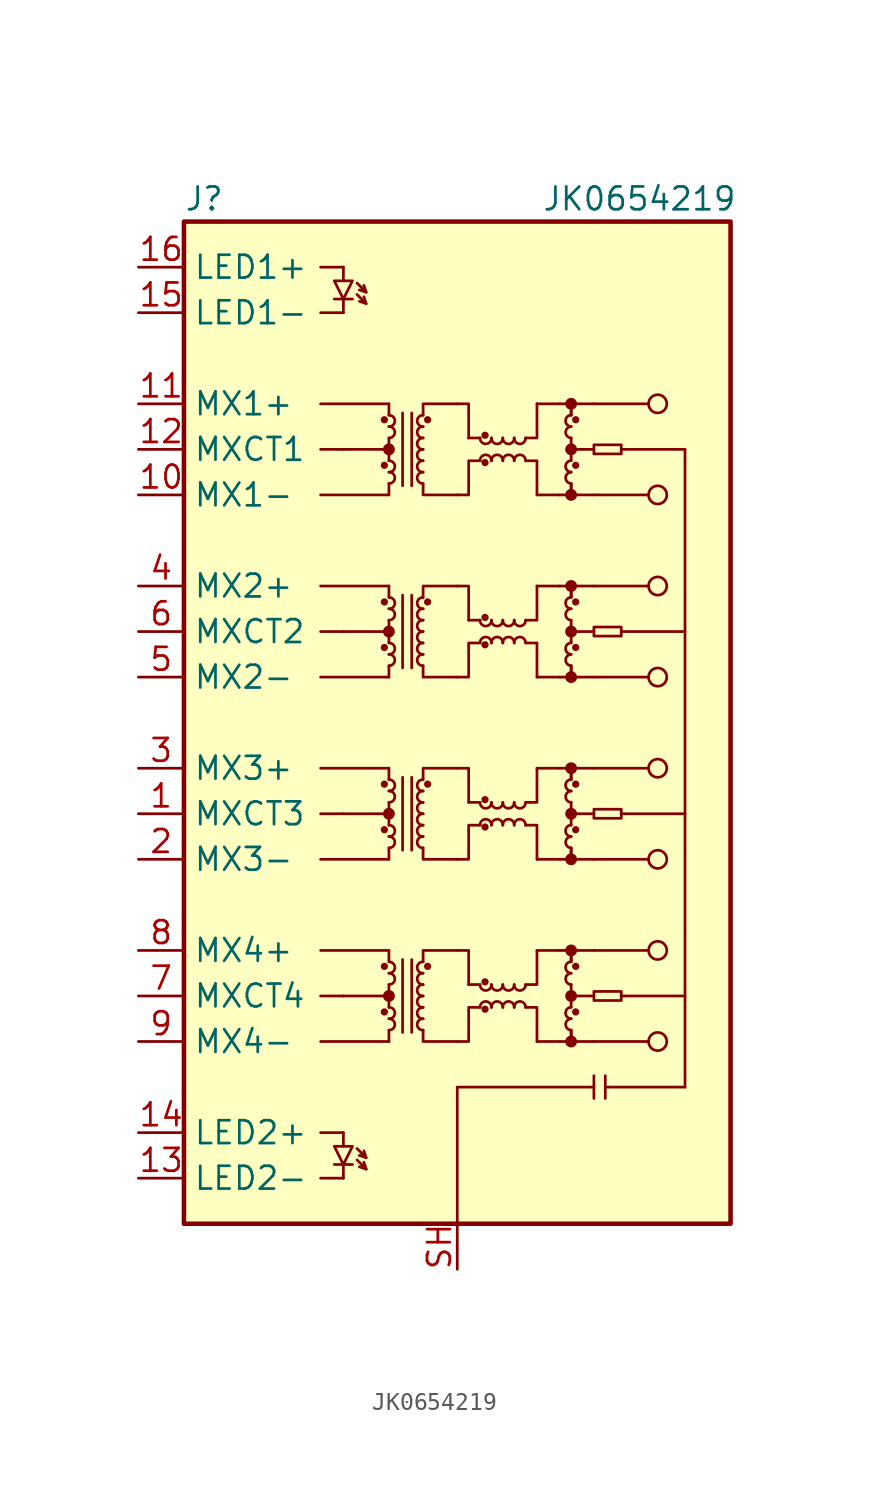
<source format=kicad_sym>
(kicad_symbol_lib
  (version 20201005)
  (generator kicad_symbol_editor)
  (symbol "Connector:JK0654219"
    (property "Reference" "J"
      (at -15.24 29.21 0)
      (effects (font (size 1.27 1.27)) (justify left)))
    (property "Value" "JK0654219"
      (at 10.16 29.21 0)
      (effects (font (size 1.27 1.27))))
    (symbol "JK0654219_0_1"
      (arc (start -3.81 -17.145) (end -3.81 -16.51) (radius (at -3.81 -16.8402) (length 0.3048) (angles -89.9 89.9)) (stroke (width 0)) (fill (type none)))
      (arc (start -3.81 -16.51) (end -3.81 -15.875) (radius (at -3.81 -16.2052) (length 0.3048) (angles -89.9 89.9)) (stroke (width 0)) (fill (type none)))
      (arc (start -3.81 -14.605) (end -3.81 -13.97) (radius (at -3.81 -14.3002) (length 0.3048) (angles -89.9 89.9)) (stroke (width 0)) (fill (type none)))
      (arc (start -3.81 -13.97) (end -3.81 -13.335) (radius (at -3.81 -13.6652) (length 0.3048) (angles -89.9 89.9)) (stroke (width 0)) (fill (type none)))
      (arc (start -3.81 -6.985) (end -3.81 -6.35) (radius (at -3.81 -6.6802) (length 0.3048) (angles -89.9 89.9)) (stroke (width 0)) (fill (type none)))
      (arc (start -3.81 -6.35) (end -3.81 -5.715) (radius (at -3.81 -6.0452) (length 0.3048) (angles -89.9 89.9)) (stroke (width 0)) (fill (type none)))
      (arc (start -3.81 -4.445) (end -3.81 -3.81) (radius (at -3.81 -4.1402) (length 0.3048) (angles -89.9 89.9)) (stroke (width 0)) (fill (type none)))
      (arc (start -3.81 -3.81) (end -3.81 -3.175) (radius (at -3.81 -3.5052) (length 0.3048) (angles -89.9 89.9)) (stroke (width 0)) (fill (type none)))
      (arc (start -3.81 3.175) (end -3.81 3.81) (radius (at -3.81 3.4798) (length 0.3048) (angles -89.9 89.9)) (stroke (width 0)) (fill (type none)))
      (arc (start -3.81 3.81) (end -3.81 4.445) (radius (at -3.81 4.1148) (length 0.3048) (angles -89.9 89.9)) (stroke (width 0)) (fill (type none)))
      (arc (start -3.81 5.715) (end -3.81 6.35) (radius (at -3.81 6.0198) (length 0.3048) (angles -89.9 89.9)) (stroke (width 0)) (fill (type none)))
      (arc (start -3.81 6.35) (end -3.81 6.985) (radius (at -3.81 6.6548) (length 0.3048) (angles -89.9 89.9)) (stroke (width 0)) (fill (type none)))
      (arc (start -3.81 13.335) (end -3.81 13.97) (radius (at -3.81 13.6398) (length 0.3048) (angles -89.9 89.9)) (stroke (width 0)) (fill (type none)))
      (arc (start -3.81 13.97) (end -3.81 14.605) (radius (at -3.81 14.2748) (length 0.3048) (angles -89.9 89.9)) (stroke (width 0)) (fill (type none)))
      (arc (start -3.81 15.875) (end -3.81 16.51) (radius (at -3.81 16.1798) (length 0.3048) (angles -89.9 89.9)) (stroke (width 0)) (fill (type none)))
      (arc (start -3.81 16.51) (end -3.81 17.145) (radius (at -3.81 16.8148) (length 0.3048) (angles -89.9 89.9)) (stroke (width 0)) (fill (type none)))
      (arc (start -1.905 -16.51) (end -1.905 -17.145) (radius (at -1.905 -16.8148) (length 0.3048) (angles 90.1 -90.1)) (stroke (width 0)) (fill (type none)))
      (arc (start -1.905 -15.875) (end -1.905 -16.51) (radius (at -1.905 -16.1798) (length 0.3048) (angles 90.1 -90.1)) (stroke (width 0)) (fill (type none)))
      (arc (start -1.905 -15.24) (end -1.905 -15.875) (radius (at -1.905 -15.5448) (length 0.3048) (angles 90.1 -90.1)) (stroke (width 0)) (fill (type none)))
      (arc (start -1.905 -14.605) (end -1.905 -15.24) (radius (at -1.905 -14.9098) (length 0.3048) (angles 90.1 -90.1)) (stroke (width 0)) (fill (type none)))
      (arc (start -1.905 -13.97) (end -1.905 -14.605) (radius (at -1.905 -14.2748) (length 0.3048) (angles 90.1 -90.1)) (stroke (width 0)) (fill (type none)))
      (arc (start -1.905 -13.335) (end -1.905 -13.97) (radius (at -1.905 -13.6398) (length 0.3048) (angles 90.1 -90.1)) (stroke (width 0)) (fill (type none)))
      (arc (start -1.905 -6.35) (end -1.905 -6.985) (radius (at -1.905 -6.6548) (length 0.3048) (angles 90.1 -90.1)) (stroke (width 0)) (fill (type none)))
      (arc (start -1.905 -5.715) (end -1.905 -6.35) (radius (at -1.905 -6.0198) (length 0.3048) (angles 90.1 -90.1)) (stroke (width 0)) (fill (type none)))
      (arc (start -1.905 -5.08) (end -1.905 -5.715) (radius (at -1.905 -5.3848) (length 0.3048) (angles 90.1 -90.1)) (stroke (width 0)) (fill (type none)))
      (arc (start -1.905 -4.445) (end -1.905 -5.08) (radius (at -1.905 -4.7498) (length 0.3048) (angles 90.1 -90.1)) (stroke (width 0)) (fill (type none)))
      (arc (start -1.905 -3.81) (end -1.905 -4.445) (radius (at -1.905 -4.1148) (length 0.3048) (angles 90.1 -90.1)) (stroke (width 0)) (fill (type none)))
      (arc (start -1.905 -3.175) (end -1.905 -3.81) (radius (at -1.905 -3.4798) (length 0.3048) (angles 90.1 -90.1)) (stroke (width 0)) (fill (type none)))
      (arc (start -1.905 3.81) (end -1.905 3.175) (radius (at -1.905 3.5052) (length 0.3048) (angles 90.1 -90.1)) (stroke (width 0)) (fill (type none)))
      (arc (start -1.905 4.445) (end -1.905 3.81) (radius (at -1.905 4.1402) (length 0.3048) (angles 90.1 -90.1)) (stroke (width 0)) (fill (type none)))
      (arc (start -1.905 5.08) (end -1.905 4.445) (radius (at -1.905 4.7752) (length 0.3048) (angles 90.1 -90.1)) (stroke (width 0)) (fill (type none)))
      (arc (start -1.905 5.715) (end -1.905 5.08) (radius (at -1.905 5.4102) (length 0.3048) (angles 90.1 -90.1)) (stroke (width 0)) (fill (type none)))
      (arc (start -1.905 6.35) (end -1.905 5.715) (radius (at -1.905 6.0452) (length 0.3048) (angles 90.1 -90.1)) (stroke (width 0)) (fill (type none)))
      (arc (start -1.905 6.985) (end -1.905 6.35) (radius (at -1.905 6.6802) (length 0.3048) (angles 90.1 -90.1)) (stroke (width 0)) (fill (type none)))
      (arc (start -1.905 13.97) (end -1.905 13.335) (radius (at -1.905 13.6652) (length 0.3048) (angles 90.1 -90.1)) (stroke (width 0)) (fill (type none)))
      (arc (start -1.905 14.605) (end -1.905 13.97) (radius (at -1.905 14.3002) (length 0.3048) (angles 90.1 -90.1)) (stroke (width 0)) (fill (type none)))
      (arc (start -1.905 15.24) (end -1.905 14.605) (radius (at -1.905 14.9352) (length 0.3048) (angles 90.1 -90.1)) (stroke (width 0)) (fill (type none)))
      (arc (start -1.905 15.875) (end -1.905 15.24) (radius (at -1.905 15.5702) (length 0.3048) (angles 90.1 -90.1)) (stroke (width 0)) (fill (type none)))
      (arc (start -1.905 16.51) (end -1.905 15.875) (radius (at -1.905 16.2052) (length 0.3048) (angles 90.1 -90.1)) (stroke (width 0)) (fill (type none)))
      (arc (start -1.905 17.145) (end -1.905 16.51) (radius (at -1.905 16.8402) (length 0.3048) (angles 90.1 -90.1)) (stroke (width 0)) (fill (type none)))
      (arc (start 1.27 -14.605) (end 1.905 -14.605) (radius (at 1.5748 -14.605) (length 0.3048) (angles -179.9 -0.1)) (stroke (width 0)) (fill (type none)))
      (arc (start 1.27 -4.445) (end 1.905 -4.445) (radius (at 1.5748 -4.445) (length 0.3048) (angles -179.9 -0.1)) (stroke (width 0)) (fill (type none)))
      (arc (start 1.27 5.715) (end 1.905 5.715) (radius (at 1.5748 5.715) (length 0.3048) (angles -179.9 -0.1)) (stroke (width 0)) (fill (type none)))
      (arc (start 1.27 15.875) (end 1.905 15.875) (radius (at 1.5748 15.875) (length 0.3048) (angles -179.9 -0.1)) (stroke (width 0)) (fill (type none)))
      (arc (start 1.905 -15.875) (end 1.27 -15.875) (radius (at 1.6002 -15.875) (length 0.3048) (angles 0.1 179.9)) (stroke (width 0)) (fill (type none)))
      (arc (start 1.905 -5.715) (end 1.27 -5.715) (radius (at 1.6002 -5.715) (length 0.3048) (angles 0.1 179.9)) (stroke (width 0)) (fill (type none)))
      (arc (start 1.905 4.445) (end 1.27 4.445) (radius (at 1.6002 4.445) (length 0.3048) (angles 0.1 179.9)) (stroke (width 0)) (fill (type none)))
      (arc (start 1.905 14.605) (end 1.27 14.605) (radius (at 1.6002 14.605) (length 0.3048) (angles 0.1 179.9)) (stroke (width 0)) (fill (type none)))
      (arc (start 1.905 -14.605) (end 2.54 -14.605) (radius (at 2.2098 -14.605) (length 0.3048) (angles -179.9 -0.1)) (stroke (width 0)) (fill (type none)))
      (arc (start 1.905 -4.445) (end 2.54 -4.445) (radius (at 2.2098 -4.445) (length 0.3048) (angles -179.9 -0.1)) (stroke (width 0)) (fill (type none)))
      (arc (start 1.905 5.715) (end 2.54 5.715) (radius (at 2.2098 5.715) (length 0.3048) (angles -179.9 -0.1)) (stroke (width 0)) (fill (type none)))
      (arc (start 1.905 15.875) (end 2.54 15.875) (radius (at 2.2098 15.875) (length 0.3048) (angles -179.9 -0.1)) (stroke (width 0)) (fill (type none)))
      (arc (start 2.54 -15.875) (end 1.905 -15.875) (radius (at 2.2352 -15.875) (length 0.3048) (angles 0.1 179.9)) (stroke (width 0)) (fill (type none)))
      (arc (start 2.54 -5.715) (end 1.905 -5.715) (radius (at 2.2352 -5.715) (length 0.3048) (angles 0.1 179.9)) (stroke (width 0)) (fill (type none)))
      (arc (start 2.54 4.445) (end 1.905 4.445) (radius (at 2.2352 4.445) (length 0.3048) (angles 0.1 179.9)) (stroke (width 0)) (fill (type none)))
      (arc (start 2.54 14.605) (end 1.905 14.605) (radius (at 2.2352 14.605) (length 0.3048) (angles 0.1 179.9)) (stroke (width 0)) (fill (type none)))
      (arc (start 2.54 -14.605) (end 3.175 -14.605) (radius (at 2.8448 -14.605) (length 0.3048) (angles -179.9 -0.1)) (stroke (width 0)) (fill (type none)))
      (arc (start 2.54 -4.445) (end 3.175 -4.445) (radius (at 2.8448 -4.445) (length 0.3048) (angles -179.9 -0.1)) (stroke (width 0)) (fill (type none)))
      (arc (start 2.54 5.715) (end 3.175 5.715) (radius (at 2.8448 5.715) (length 0.3048) (angles -179.9 -0.1)) (stroke (width 0)) (fill (type none)))
      (arc (start 2.54 15.875) (end 3.175 15.875) (radius (at 2.8448 15.875) (length 0.3048) (angles -179.9 -0.1)) (stroke (width 0)) (fill (type none)))
      (arc (start 3.175 -15.875) (end 2.54 -15.875) (radius (at 2.8702 -15.875) (length 0.3048) (angles 0.1 179.9)) (stroke (width 0)) (fill (type none)))
      (arc (start 3.175 -5.715) (end 2.54 -5.715) (radius (at 2.8702 -5.715) (length 0.3048) (angles 0.1 179.9)) (stroke (width 0)) (fill (type none)))
      (arc (start 3.175 4.445) (end 2.54 4.445) (radius (at 2.8702 4.445) (length 0.3048) (angles 0.1 179.9)) (stroke (width 0)) (fill (type none)))
      (arc (start 3.175 14.605) (end 2.54 14.605) (radius (at 2.8702 14.605) (length 0.3048) (angles 0.1 179.9)) (stroke (width 0)) (fill (type none)))
      (arc (start 3.175 -14.605) (end 3.81 -14.605) (radius (at 3.4798 -14.605) (length 0.3048) (angles -179.9 -0.1)) (stroke (width 0)) (fill (type none)))
      (arc (start 3.175 -4.445) (end 3.81 -4.445) (radius (at 3.4798 -4.445) (length 0.3048) (angles -179.9 -0.1)) (stroke (width 0)) (fill (type none)))
      (arc (start 3.175 5.715) (end 3.81 5.715) (radius (at 3.4798 5.715) (length 0.3048) (angles -179.9 -0.1)) (stroke (width 0)) (fill (type none)))
      (arc (start 3.175 15.875) (end 3.81 15.875) (radius (at 3.4798 15.875) (length 0.3048) (angles -179.9 -0.1)) (stroke (width 0)) (fill (type none)))
      (arc (start 3.81 -15.875) (end 3.175 -15.875) (radius (at 3.5052 -15.875) (length 0.3048) (angles 0.1 179.9)) (stroke (width 0)) (fill (type none)))
      (arc (start 3.81 -5.715) (end 3.175 -5.715) (radius (at 3.5052 -5.715) (length 0.3048) (angles 0.1 179.9)) (stroke (width 0)) (fill (type none)))
      (arc (start 3.81 4.445) (end 3.175 4.445) (radius (at 3.5052 4.445) (length 0.3048) (angles 0.1 179.9)) (stroke (width 0)) (fill (type none)))
      (arc (start 3.81 14.605) (end 3.175 14.605) (radius (at 3.5052 14.605) (length 0.3048) (angles 0.1 179.9)) (stroke (width 0)) (fill (type none)))
      (arc (start 6.35 -16.51) (end 6.35 -17.145) (radius (at 6.35 -16.8402) (length 0.3048) (angles 90.1 -90.1)) (stroke (width 0)) (fill (type none)))
      (arc (start 6.35 -15.875) (end 6.35 -16.51) (radius (at 6.35 -16.2052) (length 0.3048) (angles 90.1 -90.1)) (stroke (width 0)) (fill (type none)))
      (arc (start 6.35 -13.97) (end 6.35 -14.605) (radius (at 6.35 -14.3002) (length 0.3048) (angles 90.1 -90.1)) (stroke (width 0)) (fill (type none)))
      (arc (start 6.35 -13.335) (end 6.35 -13.97) (radius (at 6.35 -13.6652) (length 0.3048) (angles 90.1 -90.1)) (stroke (width 0)) (fill (type none)))
      (arc (start 6.35 -6.35) (end 6.35 -6.985) (radius (at 6.35 -6.6802) (length 0.3048) (angles 90.1 -90.1)) (stroke (width 0)) (fill (type none)))
      (arc (start 6.35 -5.715) (end 6.35 -6.35) (radius (at 6.35 -6.0452) (length 0.3048) (angles 90.1 -90.1)) (stroke (width 0)) (fill (type none)))
      (arc (start 6.35 -3.81) (end 6.35 -4.445) (radius (at 6.35 -4.1402) (length 0.3048) (angles 90.1 -90.1)) (stroke (width 0)) (fill (type none)))
      (arc (start 6.35 -3.175) (end 6.35 -3.81) (radius (at 6.35 -3.5052) (length 0.3048) (angles 90.1 -90.1)) (stroke (width 0)) (fill (type none)))
      (arc (start 6.35 3.81) (end 6.35 3.175) (radius (at 6.35 3.4798) (length 0.3048) (angles 90.1 -90.1)) (stroke (width 0)) (fill (type none)))
      (arc (start 6.35 4.445) (end 6.35 3.81) (radius (at 6.35 4.1148) (length 0.3048) (angles 90.1 -90.1)) (stroke (width 0)) (fill (type none)))
      (arc (start 6.35 6.35) (end 6.35 5.715) (radius (at 6.35 6.0198) (length 0.3048) (angles 90.1 -90.1)) (stroke (width 0)) (fill (type none)))
      (arc (start 6.35 6.985) (end 6.35 6.35) (radius (at 6.35 6.6548) (length 0.3048) (angles 90.1 -90.1)) (stroke (width 0)) (fill (type none)))
      (arc (start 6.35 13.97) (end 6.35 13.335) (radius (at 6.35 13.6398) (length 0.3048) (angles 90.1 -90.1)) (stroke (width 0)) (fill (type none)))
      (arc (start 6.35 14.605) (end 6.35 13.97) (radius (at 6.35 14.2748) (length 0.3048) (angles 90.1 -90.1)) (stroke (width 0)) (fill (type none)))
      (arc (start 6.35 16.51) (end 6.35 15.875) (radius (at 6.35 16.1798) (length 0.3048) (angles 90.1 -90.1)) (stroke (width 0)) (fill (type none)))
      (arc (start 6.35 17.145) (end 6.35 16.51) (radius (at 6.35 16.8148) (length 0.3048) (angles 90.1 -90.1)) (stroke (width 0)) (fill (type none)))
      (circle (center -4.064 -16.129) (radius 0.127) (stroke (width 0)) (fill (type outline)))
      (circle (center -4.064 -13.589) (radius 0.127) (stroke (width 0)) (fill (type outline)))
      (circle (center -4.064 -5.969) (radius 0.127) (stroke (width 0)) (fill (type outline)))
      (circle (center -4.064 -3.429) (radius 0.127) (stroke (width 0)) (fill (type outline)))
      (circle (center -4.064 4.191) (radius 0.127) (stroke (width 0)) (fill (type outline)))
      (circle (center -4.064 6.731) (radius 0.127) (stroke (width 0)) (fill (type outline)))
      (circle (center -4.064 14.351) (radius 0.127) (stroke (width 0)) (fill (type outline)))
      (circle (center -4.064 16.891) (radius 0.127) (stroke (width 0)) (fill (type outline)))
      (circle (center -3.81 -15.24) (radius 0.254) (stroke (width 0)) (fill (type outline)))
      (circle (center -3.81 -5.08) (radius 0.254) (stroke (width 0)) (fill (type outline)))
      (circle (center -3.81 5.08) (radius 0.254) (stroke (width 0)) (fill (type outline)))
      (circle (center -3.81 15.24) (radius 0.254) (stroke (width 0)) (fill (type outline)))
      (circle (center -1.651 -13.589) (radius 0.127) (stroke (width 0)) (fill (type outline)))
      (circle (center -1.651 -3.429) (radius 0.127) (stroke (width 0)) (fill (type outline)))
      (circle (center -1.651 6.731) (radius 0.127) (stroke (width 0)) (fill (type outline)))
      (circle (center -1.651 16.891) (radius 0.127) (stroke (width 0)) (fill (type outline)))
      (circle (center 1.549 -15.977) (radius 0.127) (stroke (width 0)) (fill (type outline)))
      (circle (center 1.549 -14.453) (radius 0.127) (stroke (width 0)) (fill (type outline)))
      (circle (center 1.549 -5.817) (radius 0.127) (stroke (width 0)) (fill (type outline)))
      (circle (center 1.549 -4.293) (radius 0.127) (stroke (width 0)) (fill (type outline)))
      (circle (center 1.549 4.343) (radius 0.127) (stroke (width 0)) (fill (type outline)))
      (circle (center 1.549 5.867) (radius 0.127) (stroke (width 0)) (fill (type outline)))
      (circle (center 1.549 14.503) (radius 0.127) (stroke (width 0)) (fill (type outline)))
      (circle (center 1.549 16.027) (radius 0.127) (stroke (width 0)) (fill (type outline)))
      (circle (center 6.35 -17.78) (radius 0.254) (stroke (width 0)) (fill (type outline)))
      (circle (center 6.35 -15.24) (radius 0.254) (stroke (width 0)) (fill (type outline)))
      (circle (center 6.35 -12.7) (radius 0.254) (stroke (width 0)) (fill (type outline)))
      (circle (center 6.35 -7.62) (radius 0.254) (stroke (width 0)) (fill (type outline)))
      (circle (center 6.35 -5.08) (radius 0.254) (stroke (width 0)) (fill (type outline)))
      (circle (center 6.35 -2.54) (radius 0.254) (stroke (width 0)) (fill (type outline)))
      (circle (center 6.35 2.54) (radius 0.254) (stroke (width 0)) (fill (type outline)))
      (circle (center 6.35 5.08) (radius 0.254) (stroke (width 0)) (fill (type outline)))
      (circle (center 6.35 7.62) (radius 0.254) (stroke (width 0)) (fill (type outline)))
      (circle (center 6.35 12.7) (radius 0.254) (stroke (width 0)) (fill (type outline)))
      (circle (center 6.35 15.24) (radius 0.254) (stroke (width 0)) (fill (type outline)))
      (circle (center 6.35 17.78) (radius 0.254) (stroke (width 0)) (fill (type outline)))
      (circle (center 6.604 -16.129) (radius 0.127) (stroke (width 0)) (fill (type outline)))
      (circle (center 6.604 -13.589) (radius 0.127) (stroke (width 0)) (fill (type outline)))
      (circle (center 6.604 -5.969) (radius 0.127) (stroke (width 0)) (fill (type outline)))
      (circle (center 6.604 -3.429) (radius 0.127) (stroke (width 0)) (fill (type outline)))
      (circle (center 6.604 4.191) (radius 0.127) (stroke (width 0)) (fill (type outline)))
      (circle (center 6.604 6.731) (radius 0.127) (stroke (width 0)) (fill (type outline)))
      (circle (center 6.604 14.351) (radius 0.127) (stroke (width 0)) (fill (type outline)))
      (circle (center 6.604 16.891) (radius 0.127) (stroke (width 0)) (fill (type outline)))
      (circle (center 11.176 -17.78) (radius 0.508) (stroke (width 0)) (fill (type none)))
      (circle (center 11.176 -12.7) (radius 0.508) (stroke (width 0)) (fill (type none)))
      (circle (center 11.176 -7.62) (radius 0.508) (stroke (width 0)) (fill (type none)))
      (circle (center 11.176 -2.54) (radius 0.508) (stroke (width 0)) (fill (type none)))
      (circle (center 11.176 2.54) (radius 0.508) (stroke (width 0)) (fill (type none)))
      (circle (center 11.176 7.62) (radius 0.508) (stroke (width 0)) (fill (type none)))
      (circle (center 11.176 12.7) (radius 0.508) (stroke (width 0)) (fill (type none)))
      (circle (center 11.176 17.78) (radius 0.508) (stroke (width 0)) (fill (type none)))
      (rectangle (start -15.24 27.94) (end 15.24 -27.94) (stroke (width 0.254)) (fill (type background)))
      (rectangle (start 7.62 -14.986) (end 9.144 -15.494) (stroke (width 0)) (fill (type none)))
      (rectangle (start 7.62 -4.826) (end 9.144 -5.334) (stroke (width 0)) (fill (type none)))
      (rectangle (start 7.62 5.334) (end 9.144 4.826) (stroke (width 0)) (fill (type none)))
      (rectangle (start 7.62 15.494) (end 9.144 14.986) (stroke (width 0)) (fill (type none)))
      (polyline (pts (xy -7.62 -17.78) (xy -3.81 -17.78)) (stroke (width 0)) (fill (type none)))
      (polyline (pts (xy -7.62 -15.24) (xy -6.35 -15.24)) (stroke (width 0)) (fill (type none)))
      (polyline (pts (xy -7.62 -12.7) (xy -3.81 -12.7)) (stroke (width 0)) (fill (type none)))
      (polyline (pts (xy -7.62 -7.62) (xy -3.81 -7.62)) (stroke (width 0)) (fill (type none)))
      (polyline (pts (xy -7.62 -5.08) (xy -6.35 -5.08)) (stroke (width 0)) (fill (type none)))
      (polyline (pts (xy -7.62 -2.54) (xy -3.81 -2.54)) (stroke (width 0)) (fill (type none)))
      (polyline (pts (xy -7.62 2.54) (xy -3.81 2.54)) (stroke (width 0)) (fill (type none)))
      (polyline (pts (xy -7.62 5.08) (xy -6.35 5.08)) (stroke (width 0)) (fill (type none)))
      (polyline (pts (xy -7.62 7.62) (xy -3.81 7.62)) (stroke (width 0)) (fill (type none)))
      (polyline (pts (xy -7.62 12.7) (xy -3.81 12.7)) (stroke (width 0)) (fill (type none)))
      (polyline (pts (xy -7.62 15.24) (xy -6.35 15.24)) (stroke (width 0)) (fill (type none)))
      (polyline (pts (xy -7.62 17.78) (xy -3.81 17.78)) (stroke (width 0)) (fill (type none)))
      (polyline (pts (xy -6.35 -15.24) (xy -3.81 -15.24)) (stroke (width 0)) (fill (type none)))
      (polyline (pts (xy -6.35 -5.08) (xy -3.81 -5.08)) (stroke (width 0)) (fill (type none)))
      (polyline (pts (xy -6.35 5.08) (xy -3.81 5.08)) (stroke (width 0)) (fill (type none)))
      (polyline (pts (xy -6.35 15.24) (xy -3.81 15.24)) (stroke (width 0)) (fill (type none)))
      (polyline (pts (xy -3.81 -17.78) (xy -3.81 -17.145)) (stroke (width 0)) (fill (type none)))
      (polyline (pts (xy -3.81 -15.24) (xy -3.81 -15.875)) (stroke (width 0)) (fill (type none)))
      (polyline (pts (xy -3.81 -15.24) (xy -3.81 -14.605)) (stroke (width 0)) (fill (type none)))
      (polyline (pts (xy -3.81 -12.7) (xy -3.81 -13.335)) (stroke (width 0)) (fill (type none)))
      (polyline (pts (xy -3.81 -7.62) (xy -3.81 -6.985)) (stroke (width 0)) (fill (type none)))
      (polyline (pts (xy -3.81 -5.08) (xy -3.81 -5.715)) (stroke (width 0)) (fill (type none)))
      (polyline (pts (xy -3.81 -5.08) (xy -3.81 -4.445)) (stroke (width 0)) (fill (type none)))
      (polyline (pts (xy -3.81 -2.54) (xy -3.81 -3.175)) (stroke (width 0)) (fill (type none)))
      (polyline (pts (xy -3.81 2.54) (xy -3.81 3.175)) (stroke (width 0)) (fill (type none)))
      (polyline (pts (xy -3.81 5.08) (xy -3.81 4.445)) (stroke (width 0)) (fill (type none)))
      (polyline (pts (xy -3.81 5.08) (xy -3.81 5.715)) (stroke (width 0)) (fill (type none)))
      (polyline (pts (xy -3.81 7.62) (xy -3.81 6.985)) (stroke (width 0)) (fill (type none)))
      (polyline (pts (xy -3.81 12.7) (xy -3.81 13.335)) (stroke (width 0)) (fill (type none)))
      (polyline (pts (xy -3.81 15.24) (xy -3.81 14.605)) (stroke (width 0)) (fill (type none)))
      (polyline (pts (xy -3.81 15.24) (xy -3.81 15.875)) (stroke (width 0)) (fill (type none)))
      (polyline (pts (xy -3.81 17.78) (xy -3.81 17.145)) (stroke (width 0)) (fill (type none)))
      (polyline (pts (xy -3.048 -17.272) (xy -3.048 -13.208)) (stroke (width 0)) (fill (type none)))
      (polyline (pts (xy -3.048 -7.112) (xy -3.048 -3.048)) (stroke (width 0)) (fill (type none)))
      (polyline (pts (xy -3.048 3.048) (xy -3.048 7.112)) (stroke (width 0)) (fill (type none)))
      (polyline (pts (xy -3.048 13.208) (xy -3.048 17.272)) (stroke (width 0)) (fill (type none)))
      (polyline (pts (xy -2.54 -17.272) (xy -2.54 -13.208)) (stroke (width 0)) (fill (type none)))
      (polyline (pts (xy -2.54 -7.112) (xy -2.54 -3.048)) (stroke (width 0)) (fill (type none)))
      (polyline (pts (xy -2.54 3.048) (xy -2.54 7.112)) (stroke (width 0)) (fill (type none)))
      (polyline (pts (xy -2.54 13.208) (xy -2.54 17.272)) (stroke (width 0)) (fill (type none)))
      (polyline (pts (xy 0.635 -14.605) (xy 1.27 -14.605)) (stroke (width 0)) (fill (type none)))
      (polyline (pts (xy 0.635 -4.445) (xy 1.27 -4.445)) (stroke (width 0)) (fill (type none)))
      (polyline (pts (xy 0.635 5.715) (xy 1.27 5.715)) (stroke (width 0)) (fill (type none)))
      (polyline (pts (xy 0.635 15.875) (xy 1.27 15.875)) (stroke (width 0)) (fill (type none)))
      (polyline (pts (xy 4.445 -17.78) (xy 5.715 -17.78)) (stroke (width 0)) (fill (type none)))
      (polyline (pts (xy 4.445 -12.7) (xy 5.715 -12.7)) (stroke (width 0)) (fill (type none)))
      (polyline (pts (xy 4.445 -7.62) (xy 5.715 -7.62)) (stroke (width 0)) (fill (type none)))
      (polyline (pts (xy 4.445 -2.54) (xy 5.715 -2.54)) (stroke (width 0)) (fill (type none)))
      (polyline (pts (xy 4.445 2.54) (xy 5.715 2.54)) (stroke (width 0)) (fill (type none)))
      (polyline (pts (xy 4.445 7.62) (xy 5.715 7.62)) (stroke (width 0)) (fill (type none)))
      (polyline (pts (xy 4.445 12.7) (xy 5.715 12.7)) (stroke (width 0)) (fill (type none)))
      (polyline (pts (xy 4.445 17.78) (xy 5.715 17.78)) (stroke (width 0)) (fill (type none)))
      (polyline (pts (xy 6.35 -17.78) (xy 6.35 -17.145)) (stroke (width 0)) (fill (type none)))
      (polyline (pts (xy 6.35 -15.24) (xy 6.35 -15.875)) (stroke (width 0)) (fill (type none)))
      (polyline (pts (xy 6.35 -15.24) (xy 6.35 -14.605)) (stroke (width 0)) (fill (type none)))
      (polyline (pts (xy 6.35 -12.7) (xy 6.35 -13.335)) (stroke (width 0)) (fill (type none)))
      (polyline (pts (xy 6.35 -7.62) (xy 6.35 -6.985)) (stroke (width 0)) (fill (type none)))
      (polyline (pts (xy 6.35 -5.08) (xy 6.35 -5.715)) (stroke (width 0)) (fill (type none)))
      (polyline (pts (xy 6.35 -5.08) (xy 6.35 -4.445)) (stroke (width 0)) (fill (type none)))
      (polyline (pts (xy 6.35 -2.54) (xy 6.35 -3.175)) (stroke (width 0)) (fill (type none)))
      (polyline (pts (xy 6.35 2.54) (xy 6.35 3.175)) (stroke (width 0)) (fill (type none)))
      (polyline (pts (xy 6.35 5.08) (xy 6.35 4.445)) (stroke (width 0)) (fill (type none)))
      (polyline (pts (xy 6.35 5.08) (xy 6.35 5.715)) (stroke (width 0)) (fill (type none)))
      (polyline (pts (xy 6.35 7.62) (xy 6.35 6.985)) (stroke (width 0)) (fill (type none)))
      (polyline (pts (xy 6.35 12.7) (xy 6.35 13.335)) (stroke (width 0)) (fill (type none)))
      (polyline (pts (xy 6.35 15.24) (xy 6.35 14.605)) (stroke (width 0)) (fill (type none)))
      (polyline (pts (xy 6.35 15.24) (xy 6.35 15.875)) (stroke (width 0)) (fill (type none)))
      (polyline (pts (xy 6.35 17.78) (xy 6.35 17.145)) (stroke (width 0)) (fill (type none)))
      (polyline (pts (xy 7.62 -20.955) (xy 7.62 -19.685)) (stroke (width 0)) (fill (type none)))
      (polyline (pts (xy 7.62 -17.78) (xy 6.35 -17.78)) (stroke (width 0)) (fill (type none)))
      (polyline (pts (xy 7.62 -17.78) (xy 10.668 -17.78)) (stroke (width 0)) (fill (type none)))
      (polyline (pts (xy 7.62 -15.24) (xy 6.35 -15.24)) (stroke (width 0)) (fill (type none)))
      (polyline (pts (xy 7.62 -12.7) (xy 6.35 -12.7)) (stroke (width 0)) (fill (type none)))
      (polyline (pts (xy 7.62 -12.7) (xy 10.668 -12.7)) (stroke (width 0)) (fill (type none)))
      (polyline (pts (xy 7.62 -7.62) (xy 6.35 -7.62)) (stroke (width 0)) (fill (type none)))
      (polyline (pts (xy 7.62 -7.62) (xy 10.668 -7.62)) (stroke (width 0)) (fill (type none)))
      (polyline (pts (xy 7.62 -5.08) (xy 6.35 -5.08)) (stroke (width 0)) (fill (type none)))
      (polyline (pts (xy 7.62 -2.54) (xy 6.35 -2.54)) (stroke (width 0)) (fill (type none)))
      (polyline (pts (xy 7.62 -2.54) (xy 10.668 -2.54)) (stroke (width 0)) (fill (type none)))
      (polyline (pts (xy 7.62 2.54) (xy 6.35 2.54)) (stroke (width 0)) (fill (type none)))
      (polyline (pts (xy 7.62 2.54) (xy 10.668 2.54)) (stroke (width 0)) (fill (type none)))
      (polyline (pts (xy 7.62 5.08) (xy 6.35 5.08)) (stroke (width 0)) (fill (type none)))
      (polyline (pts (xy 7.62 7.62) (xy 6.35 7.62)) (stroke (width 0)) (fill (type none)))
      (polyline (pts (xy 7.62 7.62) (xy 10.668 7.62)) (stroke (width 0)) (fill (type none)))
      (polyline (pts (xy 7.62 12.7) (xy 6.35 12.7)) (stroke (width 0)) (fill (type none)))
      (polyline (pts (xy 7.62 12.7) (xy 10.668 12.7)) (stroke (width 0)) (fill (type none)))
      (polyline (pts (xy 7.62 15.24) (xy 6.35 15.24)) (stroke (width 0)) (fill (type none)))
      (polyline (pts (xy 7.62 17.78) (xy 6.35 17.78)) (stroke (width 0)) (fill (type none)))
      (polyline (pts (xy 7.62 17.78) (xy 10.668 17.78)) (stroke (width 0)) (fill (type none)))
      (polyline (pts (xy 8.255 -20.32) (xy 8.255 -20.955)) (stroke (width 0)) (fill (type none)))
      (polyline (pts (xy 8.255 -20.32) (xy 8.255 -19.685)) (stroke (width 0)) (fill (type none)))
      (polyline (pts (xy 8.255 -20.32) (xy 12.7 -20.32)) (stroke (width 0)) (fill (type none)))
      (polyline (pts (xy 9.144 -15.24) (xy 12.7 -15.24)) (stroke (width 0)) (fill (type none)))
      (polyline (pts (xy 9.144 -5.08) (xy 12.7 -5.08)) (stroke (width 0)) (fill (type none)))
      (polyline (pts (xy 9.144 5.08) (xy 12.7 5.08)) (stroke (width 0)) (fill (type none)))
      (polyline (pts (xy 12.7 -20.32) (xy 12.7 15.24)) (stroke (width 0)) (fill (type none)))
      (polyline (pts (xy 12.7 15.24) (xy 9.144 15.24)) (stroke (width 0)) (fill (type none)))
      (polyline (pts (xy -1.905 -17.145) (xy -1.905 -17.78) (xy 0 -17.78)) (stroke (width 0)) (fill (type none)))
      (polyline (pts (xy -1.905 -13.335) (xy -1.905 -12.7) (xy 0 -12.7)) (stroke (width 0)) (fill (type none)))
      (polyline (pts (xy -1.905 -6.985) (xy -1.905 -7.62) (xy 0 -7.62)) (stroke (width 0)) (fill (type none)))
      (polyline (pts (xy -1.905 -3.175) (xy -1.905 -2.54) (xy 0 -2.54)) (stroke (width 0)) (fill (type none)))
      (polyline (pts (xy -1.905 3.175) (xy -1.905 2.54) (xy 0 2.54)) (stroke (width 0)) (fill (type none)))
      (polyline (pts (xy -1.905 6.985) (xy -1.905 7.62) (xy 0 7.62)) (stroke (width 0)) (fill (type none)))
      (polyline (pts (xy -1.905 13.335) (xy -1.905 12.7) (xy 0 12.7)) (stroke (width 0)) (fill (type none)))
      (polyline (pts (xy -1.905 17.145) (xy -1.905 17.78) (xy 0 17.78)) (stroke (width 0)) (fill (type none)))
      (polyline (pts (xy 0 -12.7) (xy 0.635 -12.7) (xy 0.635 -14.605)) (stroke (width 0)) (fill (type none)))
      (polyline (pts (xy 0 -2.54) (xy 0.635 -2.54) (xy 0.635 -4.445)) (stroke (width 0)) (fill (type none)))
      (polyline (pts (xy 0 7.62) (xy 0.635 7.62) (xy 0.635 5.715)) (stroke (width 0)) (fill (type none)))
      (polyline (pts (xy 0 17.78) (xy 0.635 17.78) (xy 0.635 15.875)) (stroke (width 0)) (fill (type none)))
      (polyline (pts (xy 3.81 -15.875) (xy 4.445 -15.875) (xy 4.445 -17.78)) (stroke (width 0)) (fill (type none)))
      (polyline (pts (xy 3.81 -14.605) (xy 4.445 -14.605) (xy 4.445 -12.7)) (stroke (width 0)) (fill (type none)))
      (polyline (pts (xy 3.81 -5.715) (xy 4.445 -5.715) (xy 4.445 -7.62)) (stroke (width 0)) (fill (type none)))
      (polyline (pts (xy 3.81 -4.445) (xy 4.445 -4.445) (xy 4.445 -2.54)) (stroke (width 0)) (fill (type none)))
      (polyline (pts (xy 3.81 4.445) (xy 4.445 4.445) (xy 4.445 2.54)) (stroke (width 0)) (fill (type none)))
      (polyline (pts (xy 3.81 5.715) (xy 4.445 5.715) (xy 4.445 7.62)) (stroke (width 0)) (fill (type none)))
      (polyline (pts (xy 3.81 14.605) (xy 4.445 14.605) (xy 4.445 12.7)) (stroke (width 0)) (fill (type none)))
      (polyline (pts (xy 3.81 15.875) (xy 4.445 15.875) (xy 4.445 17.78)) (stroke (width 0)) (fill (type none)))
      (polyline (pts (xy 5.715 -17.78) (xy 6.35 -17.78) (xy 6.35 -17.145)) (stroke (width 0)) (fill (type none)))
      (polyline (pts (xy 5.715 -12.7) (xy 6.35 -12.7) (xy 6.35 -13.335)) (stroke (width 0)) (fill (type none)))
      (polyline (pts (xy 5.715 -7.62) (xy 6.35 -7.62) (xy 6.35 -6.985)) (stroke (width 0)) (fill (type none)))
      (polyline (pts (xy 5.715 -2.54) (xy 6.35 -2.54) (xy 6.35 -3.175)) (stroke (width 0)) (fill (type none)))
      (polyline (pts (xy 5.715 2.54) (xy 6.35 2.54) (xy 6.35 3.175)) (stroke (width 0)) (fill (type none)))
      (polyline (pts (xy 5.715 7.62) (xy 6.35 7.62) (xy 6.35 6.985)) (stroke (width 0)) (fill (type none)))
      (polyline (pts (xy 5.715 12.7) (xy 6.35 12.7) (xy 6.35 13.335)) (stroke (width 0)) (fill (type none)))
      (polyline (pts (xy 5.715 17.78) (xy 6.35 17.78) (xy 6.35 17.145)) (stroke (width 0)) (fill (type none)))
      (polyline (pts (xy 7.62 -20.32) (xy 0 -20.32) (xy 0 -27.94)) (stroke (width 0)) (fill (type none)))
      (polyline (pts (xy 0 -17.78) (xy 0.635 -17.78) (xy 0.635 -15.875) (xy 1.27 -15.875)) (stroke (width 0)) (fill (type none)))
      (polyline (pts (xy 0 -7.62) (xy 0.635 -7.62) (xy 0.635 -5.715) (xy 1.27 -5.715)) (stroke (width 0)) (fill (type none)))
      (polyline (pts (xy 0 2.54) (xy 0.635 2.54) (xy 0.635 4.445) (xy 1.27 4.445)) (stroke (width 0)) (fill (type none)))
      (polyline (pts (xy 0 12.7) (xy 0.635 12.7) (xy 0.635 14.605) (xy 1.27 14.605)) (stroke (width 0)) (fill (type none))))
    (symbol "JK0654219_1_1"
      (polyline (pts (xy -7.62 -25.4) (xy -6.35 -25.4)) (stroke (width 0)) (fill (type none)))
      (polyline (pts (xy -7.62 -22.86) (xy -6.35 -22.86)) (stroke (width 0)) (fill (type none)))
      (polyline (pts (xy -7.62 22.86) (xy -6.35 22.86)) (stroke (width 0)) (fill (type none)))
      (polyline (pts (xy -7.62 25.4) (xy -6.35 25.4)) (stroke (width 0)) (fill (type none)))
      (polyline (pts (xy -6.858 -24.638) (xy -5.842 -24.638)) (stroke (width 0)) (fill (type none)))
      (polyline (pts (xy -6.858 23.622) (xy -5.842 23.622)) (stroke (width 0)) (fill (type none)))
      (polyline (pts (xy -6.35 -25.4) (xy -6.35 -24.638)) (stroke (width 0)) (fill (type none)))
      (polyline (pts (xy -6.35 -22.86) (xy -6.35 -23.622)) (stroke (width 0)) (fill (type none)))
      (polyline (pts (xy -6.35 22.86) (xy -6.35 23.622)) (stroke (width 0)) (fill (type none)))
      (polyline (pts (xy -6.35 25.4) (xy -6.35 24.638)) (stroke (width 0)) (fill (type none)))
      (polyline (pts (xy -5.08 -24.892) (xy -5.207 -24.511)) (stroke (width 0)) (fill (type none)))
      (polyline (pts (xy -5.08 -24.257) (xy -5.207 -23.876)) (stroke (width 0)) (fill (type none)))
      (polyline (pts (xy -5.08 23.368) (xy -5.207 23.749)) (stroke (width 0)) (fill (type none)))
      (polyline (pts (xy -5.08 24.003) (xy -5.207 24.384)) (stroke (width 0)) (fill (type none)))
      (polyline (pts (xy -5.588 -24.384) (xy -5.08 -24.892) (xy -5.461 -24.765)) (stroke (width 0)) (fill (type none)))
      (polyline (pts (xy -5.588 -23.749) (xy -5.08 -24.257) (xy -5.461 -24.13)) (stroke (width 0)) (fill (type none)))
      (polyline (pts (xy -5.588 23.876) (xy -5.08 23.368) (xy -5.461 23.495)) (stroke (width 0)) (fill (type none)))
      (polyline (pts (xy -5.588 24.511) (xy -5.08 24.003) (xy -5.461 24.13)) (stroke (width 0)) (fill (type none)))
      (polyline (pts (xy -6.35 -24.638) (xy -6.858 -23.622) (xy -5.842 -23.622) (xy -6.35 -24.638)) (stroke (width 0)) (fill (type none)))
      (polyline (pts (xy -6.35 23.622) (xy -6.858 24.638) (xy -5.842 24.638) (xy -6.35 23.622)) (stroke (width 0)) (fill (type none)))
      (pin passive line (at -17.78 -5.08 0) (length 2.54) (name "MXCT3" (effects (font (size 1.27 1.27)))) (number "1" (effects (font (size 1.27 1.27)))))
      (pin passive line (at -17.78 12.7 0) (length 2.54) (name "MX1-" (effects (font (size 1.27 1.27)))) (number "10" (effects (font (size 1.27 1.27)))))
      (pin passive line (at -17.78 17.78 0) (length 2.54) (name "MX1+" (effects (font (size 1.27 1.27)))) (number "11" (effects (font (size 1.27 1.27)))))
      (pin passive line (at -17.78 15.24 0) (length 2.54) (name "MXCT1" (effects (font (size 1.27 1.27)))) (number "12" (effects (font (size 1.27 1.27)))))
      (pin passive line (at -17.78 -25.4 0) (length 2.54) (name "LED2-" (effects (font (size 1.27 1.27)))) (number "13" (effects (font (size 1.27 1.27)))))
      (pin passive line (at -17.78 -22.86 0) (length 2.54) (name "LED2+" (effects (font (size 1.27 1.27)))) (number "14" (effects (font (size 1.27 1.27)))))
      (pin passive line (at -17.78 22.86 0) (length 2.54) (name "LED1-" (effects (font (size 1.27 1.27)))) (number "15" (effects (font (size 1.27 1.27)))))
      (pin passive line (at -17.78 25.4 0) (length 2.54) (name "LED1+" (effects (font (size 1.27 1.27)))) (number "16" (effects (font (size 1.27 1.27)))))
      (pin passive line (at -17.78 -7.62 0) (length 2.54) (name "MX3-" (effects (font (size 1.27 1.27)))) (number "2" (effects (font (size 1.27 1.27)))))
      (pin passive line (at -17.78 -2.54 0) (length 2.54) (name "MX3+" (effects (font (size 1.27 1.27)))) (number "3" (effects (font (size 1.27 1.27)))))
      (pin passive line (at -17.78 7.62 0) (length 2.54) (name "MX2+" (effects (font (size 1.27 1.27)))) (number "4" (effects (font (size 1.27 1.27)))))
      (pin passive line (at -17.78 2.54 0) (length 2.54) (name "MX2-" (effects (font (size 1.27 1.27)))) (number "5" (effects (font (size 1.27 1.27)))))
      (pin passive line (at -17.78 5.08 0) (length 2.54) (name "MXCT2" (effects (font (size 1.27 1.27)))) (number "6" (effects (font (size 1.27 1.27)))))
      (pin passive line (at -17.78 -15.24 0) (length 2.54) (name "MXCT4" (effects (font (size 1.27 1.27)))) (number "7" (effects (font (size 1.27 1.27)))))
      (pin passive line (at -17.78 -12.7 0) (length 2.54) (name "MX4+" (effects (font (size 1.27 1.27)))) (number "8" (effects (font (size 1.27 1.27)))))
      (pin passive line (at -17.78 -17.78 0) (length 2.54) (name "MX4-" (effects (font (size 1.27 1.27)))) (number "9" (effects (font (size 1.27 1.27)))))
      (pin passive line (at 0 -30.48 90) (length 2.54) (name "~" (effects (font (size 1.27 1.27)))) (number "SH" (effects (font (size 1.27 1.27))))))))
</source>
